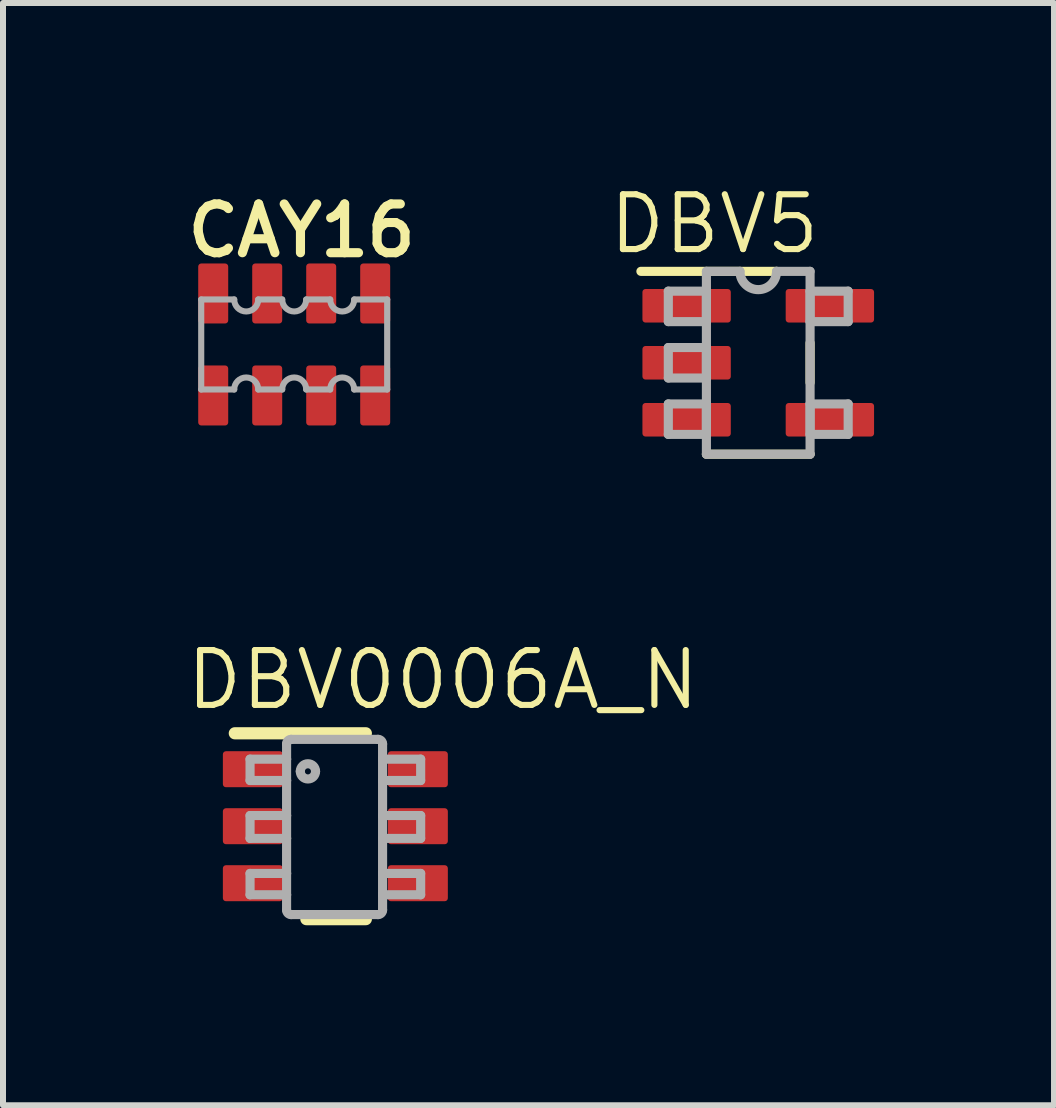
<source format=kicad_pcb>
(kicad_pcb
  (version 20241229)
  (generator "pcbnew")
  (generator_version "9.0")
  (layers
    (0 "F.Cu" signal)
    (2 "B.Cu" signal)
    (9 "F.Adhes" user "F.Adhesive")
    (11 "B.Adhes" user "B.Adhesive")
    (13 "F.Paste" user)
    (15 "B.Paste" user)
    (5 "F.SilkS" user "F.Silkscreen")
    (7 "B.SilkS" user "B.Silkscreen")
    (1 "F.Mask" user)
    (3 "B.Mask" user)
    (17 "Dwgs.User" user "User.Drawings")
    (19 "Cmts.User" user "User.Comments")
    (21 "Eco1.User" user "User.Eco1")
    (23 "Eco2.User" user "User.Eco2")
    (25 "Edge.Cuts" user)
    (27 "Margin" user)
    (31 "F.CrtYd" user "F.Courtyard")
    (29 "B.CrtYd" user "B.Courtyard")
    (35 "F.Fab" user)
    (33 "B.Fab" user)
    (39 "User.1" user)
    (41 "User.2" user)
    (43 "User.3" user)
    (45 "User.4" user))
  (footprint "DBV0006A_N"
    (layer "F.Cu")
    (at 2.54 10.722)
    (property "Reference" "DBV0006A_N" (at -2.54 -1.905 0) (layer "F.SilkS") (effects (font (size 0.914 0.914) (thickness 0.102)) (justify left bottom)))
    (fp_line (start -1.676 -1.549) (end 0.508 -1.549) (stroke (width 0.203) (type solid)) (layer "F.SilkS"))
    (fp_line (start -0.483 1.549) (end 0.508 1.549) (stroke (width 0.203) (type solid)) (layer "F.SilkS"))
    (fp_line (start -1.422 -1.118) (end -0.813 -1.118) (stroke (width 0.152) (type solid)) (layer "F.Fab"))
    (fp_line (start -1.422 -0.762) (end -1.422 -1.118) (stroke (width 0.152) (type solid)) (layer "F.Fab"))
    (fp_line (start -1.422 -0.762) (end -0.813 -0.762) (stroke (width 0.152) (type solid)) (layer "F.Fab"))
    (fp_line (start -1.422 -0.178) (end -0.813 -0.178) (stroke (width 0.152) (type solid)) (layer "F.Fab"))
    (fp_line (start -1.422 0.203) (end -1.422 -0.178) (stroke (width 0.152) (type solid)) (layer "F.Fab"))
    (fp_line (start -1.422 0.203) (end -0.813 0.203) (stroke (width 0.152) (type solid)) (layer "F.Fab"))
    (fp_line (start -1.422 0.787) (end -0.813 0.787) (stroke (width 0.152) (type solid)) (layer "F.Fab"))
    (fp_line (start -1.422 1.143) (end -1.422 0.787) (stroke (width 0.152) (type solid)) (layer "F.Fab"))
    (fp_line (start -1.422 1.143) (end -0.813 1.143) (stroke (width 0.152) (type solid)) (layer "F.Fab"))
    (fp_line (start -0.813 -1.118) (end -0.813 -1.372) (stroke (width 0.152) (type solid)) (layer "F.Fab"))
    (fp_line (start -0.813 -0.762) (end -0.813 -1.118) (stroke (width 0.152) (type solid)) (layer "F.Fab"))
    (fp_line (start -0.813 -0.178) (end -0.813 -0.762) (stroke (width 0.152) (type solid)) (layer "F.Fab"))
    (fp_line (start -0.813 0.203) (end -0.813 -0.178) (stroke (width 0.152) (type solid)) (layer "F.Fab"))
    (fp_line (start -0.813 0.787) (end -0.813 0.203) (stroke (width 0.152) (type solid)) (layer "F.Fab"))
    (fp_line (start -0.813 1.143) (end -0.813 0.787) (stroke (width 0.152) (type solid)) (layer "F.Fab"))
    (fp_line (start -0.813 1.397) (end -0.813 1.143) (stroke (width 0.152) (type solid)) (layer "F.Fab"))
    (fp_line (start -0.737 -1.448) (end 0.711 -1.448) (stroke (width 0.152) (type solid)) (layer "F.Fab"))
    (fp_line (start -0.737 1.473) (end 0.711 1.473) (stroke (width 0.152) (type solid)) (layer "F.Fab"))
    (fp_line (start 0.787 -1.118) (end 0.787 -1.372) (stroke (width 0.152) (type solid)) (layer "F.Fab"))
    (fp_line (start 0.787 -1.118) (end 1.422 -1.118) (stroke (width 0.152) (type solid)) (layer "F.Fab"))
    (fp_line (start 0.787 -0.762) (end 0.787 -1.118) (stroke (width 0.152) (type solid)) (layer "F.Fab"))
    (fp_line (start 0.787 -0.762) (end 1.422 -0.762) (stroke (width 0.152) (type solid)) (layer "F.Fab"))
    (fp_line (start 0.787 -0.178) (end 0.787 -0.762) (stroke (width 0.152) (type solid)) (layer "F.Fab"))
    (fp_line (start 0.787 -0.178) (end 1.422 -0.178) (stroke (width 0.152) (type solid)) (layer "F.Fab"))
    (fp_line (start 0.787 0.203) (end 0.787 -0.178) (stroke (width 0.152) (type solid)) (layer "F.Fab"))
    (fp_line (start 0.787 0.203) (end 1.422 0.203) (stroke (width 0.152) (type solid)) (layer "F.Fab"))
    (fp_line (start 0.787 0.787) (end 0.787 0.203) (stroke (width 0.152) (type solid)) (layer "F.Fab"))
    (fp_line (start 0.787 0.787) (end 1.422 0.787) (stroke (width 0.152) (type solid)) (layer "F.Fab"))
    (fp_line (start 0.787 1.143) (end 0.787 0.787) (stroke (width 0.152) (type solid)) (layer "F.Fab"))
    (fp_line (start 0.787 1.143) (end 1.422 1.143) (stroke (width 0.152) (type solid)) (layer "F.Fab"))
    (fp_line (start 0.787 1.397) (end 0.787 1.143) (stroke (width 0.152) (type solid)) (layer "F.Fab"))
    (fp_line (start 1.422 -0.762) (end 1.422 -1.118) (stroke (width 0.152) (type solid)) (layer "F.Fab"))
    (fp_line (start 1.422 0.203) (end 1.422 -0.178) (stroke (width 0.152) (type solid)) (layer "F.Fab"))
    (fp_line (start 1.422 1.143) (end 1.422 0.787) (stroke (width 0.152) (type solid)) (layer "F.Fab"))
    (fp_arc (start -0.8128 -1.3716) (mid -0.790287 -1.425287) (end -0.7366 -1.4478) (stroke (width 0.1524) (type solid)) (layer "F.Fab"))
    (fp_arc (start -0.7366 1.4732) (mid -0.790287 1.450687) (end -0.8128 1.397) (stroke (width 0.1524) (type solid)) (layer "F.Fab"))
    (fp_arc (start -0.5842 -0.9144) (mid -0.4572 -1.0414) (end -0.3302 -0.9144) (stroke (width 0.1524) (type solid)) (layer "F.Fab"))
    (fp_arc (start -0.3302 -0.9144) (mid -0.4572 -0.7874) (end -0.5842 -0.9144) (stroke (width 0.1524) (type solid)) (layer "F.Fab"))
    (fp_arc (start 0.7112 -1.4478) (mid 0.764887 -1.425287) (end 0.7874 -1.3716) (stroke (width 0.1524) (type solid)) (layer "F.Fab"))
    (fp_arc (start 0.7874 1.397) (mid 0.764887 1.450687) (end 0.7112 1.4732) (stroke (width 0.1524) (type solid)) (layer "F.Fab"))
    (pad "1" smd roundrect (at -1.375 -0.95 90) (size 0.6 1) (layers "F.Cu" "F.Mask" "F.Paste") (roundrect_rratio 0.085))
    (pad "2" smd roundrect (at -1.375 0 90) (size 0.6 1) (layers "F.Cu" "F.Mask" "F.Paste") (roundrect_rratio 0.085))
    (pad "3" smd roundrect (at -1.375 0.95 90) (size 0.6 1) (layers "F.Cu" "F.Mask" "F.Paste") (roundrect_rratio 0.085))
    (pad "4" smd roundrect (at 1.375 0.95 90) (size 0.6 1) (layers "F.Cu" "F.Mask" "F.Paste") (roundrect_rratio 0.085))
    (pad "5" smd roundrect (at 1.375 0 90) (size 0.6 1) (layers "F.Cu" "F.Mask" "F.Paste") (roundrect_rratio 0.085))
    (pad "6" smd roundrect (at 1.375 -0.95 90) (size 0.6 1) (layers "F.Cu" "F.Mask" "F.Paste") (roundrect_rratio 0.085)))
  (footprint "DBV5"
    (layer "F.Cu")
    (at 9.589 2.997)
    (property "Reference" "DBV5" (at -2.54 -1.778 0) (layer "F.SilkS") (effects (font (size 0.914 0.914) (thickness 0.102)) (justify left bottom)))
    (fp_line (start -0.864 1.524) (end 0.864 1.524) (stroke (width 0.152) (type solid)) (layer "F.SilkS"))
    (fp_line (start 0.305 -1.524) (end -1.956 -1.524) (stroke (width 0.152) (type solid)) (layer "F.SilkS"))
    (fp_line (start 0.864 0.33) (end 0.864 -0.33) (stroke (width 0.152) (type solid)) (layer "F.SilkS"))
    (fp_line (start -1.499 -1.194) (end -1.499 -0.686) (stroke (width 0.152) (type solid)) (layer "F.Fab"))
    (fp_line (start -1.499 -0.686) (end -0.864 -0.686) (stroke (width 0.152) (type solid)) (layer "F.Fab"))
    (fp_line (start -1.499 -0.254) (end -1.499 0.254) (stroke (width 0.152) (type solid)) (layer "F.Fab"))
    (fp_line (start -1.499 0.254) (end -0.864 0.254) (stroke (width 0.152) (type solid)) (layer "F.Fab"))
    (fp_line (start -1.499 0.686) (end -1.499 1.194) (stroke (width 0.152) (type solid)) (layer "F.Fab"))
    (fp_line (start -1.499 1.194) (end -0.864 1.194) (stroke (width 0.152) (type solid)) (layer "F.Fab"))
    (fp_line (start -0.864 -1.524) (end -0.864 1.524) (stroke (width 0.152) (type solid)) (layer "F.Fab"))
    (fp_line (start -0.864 -1.194) (end -1.499 -1.194) (stroke (width 0.152) (type solid)) (layer "F.Fab"))
    (fp_line (start -0.864 -0.686) (end -0.864 -1.194) (stroke (width 0.152) (type solid)) (layer "F.Fab"))
    (fp_line (start -0.864 -0.254) (end -1.499 -0.254) (stroke (width 0.152) (type solid)) (layer "F.Fab"))
    (fp_line (start -0.864 0.254) (end -0.864 -0.254) (stroke (width 0.152) (type solid)) (layer "F.Fab"))
    (fp_line (start -0.864 0.686) (end -1.499 0.686) (stroke (width 0.152) (type solid)) (layer "F.Fab"))
    (fp_line (start -0.864 1.194) (end -0.864 0.686) (stroke (width 0.152) (type solid)) (layer "F.Fab"))
    (fp_line (start -0.864 1.524) (end 0.864 1.524) (stroke (width 0.152) (type solid)) (layer "F.Fab"))
    (fp_line (start -0.305 -1.524) (end -0.864 -1.524) (stroke (width 0.152) (type solid)) (layer "F.Fab"))
    (fp_line (start 0.305 -1.524) (end 0.864 -1.524) (stroke (width 0.152) (type solid)) (layer "F.Fab"))
    (fp_line (start 0.864 -1.194) (end 0.864 -0.686) (stroke (width 0.152) (type solid)) (layer "F.Fab"))
    (fp_line (start 0.864 -0.686) (end 1.499 -0.686) (stroke (width 0.152) (type solid)) (layer "F.Fab"))
    (fp_line (start 0.864 0.686) (end 0.864 1.194) (stroke (width 0.152) (type solid)) (layer "F.Fab"))
    (fp_line (start 0.864 1.194) (end 1.499 1.194) (stroke (width 0.152) (type solid)) (layer "F.Fab"))
    (fp_line (start 0.864 1.524) (end 0.864 -1.524) (stroke (width 0.152) (type solid)) (layer "F.Fab"))
    (fp_line (start 1.499 -1.194) (end 0.864 -1.194) (stroke (width 0.152) (type solid)) (layer "F.Fab"))
    (fp_line (start 1.499 -0.686) (end 1.499 -1.194) (stroke (width 0.152) (type solid)) (layer "F.Fab"))
    (fp_line (start 1.499 0.686) (end 0.864 0.686) (stroke (width 0.152) (type solid)) (layer "F.Fab"))
    (fp_line (start 1.499 1.194) (end 1.499 0.686) (stroke (width 0.152) (type solid)) (layer "F.Fab"))
    (fp_arc (start 0.3048 -1.524) (mid 0 -1.2192) (end -0.3048 -1.524) (stroke (width 0.1524) (type solid)) (layer "F.Fab"))
    (pad "1" smd roundrect (at -1.194 -0.95) (size 1.473 0.559) (layers "F.Cu" "F.Mask" "F.Paste") (roundrect_rratio 0.091))
    (pad "2" smd roundrect (at -1.194 0) (size 1.473 0.559) (layers "F.Cu" "F.Mask" "F.Paste") (roundrect_rratio 0.091))
    (pad "3" smd roundrect (at -1.194 0.95) (size 1.473 0.559) (layers "F.Cu" "F.Mask" "F.Paste") (roundrect_rratio 0.091))
    (pad "4" smd roundrect (at 1.194 0.95) (size 1.473 0.559) (layers "F.Cu" "F.Mask" "F.Paste") (roundrect_rratio 0.091))
    (pad "5" smd roundrect (at 1.194 -0.95) (size 1.473 0.559) (layers "F.Cu" "F.Mask" "F.Paste") (roundrect_rratio 0.091)))
  (footprint "CAY16"
    (layer "F.Cu")
    (at 1.854 2.692)
    (property "Reference" "CAY16" (at -1.854 -1.422 0) (layer "F.SilkS") (effects (font (size 0.813 0.813) (thickness 0.152) (bold yes)) (justify left bottom)))
    (attr smd)
    (fp_line (start -1.55 -0.75) (end -1 -0.75) (stroke (width 0.102) (type solid)) (layer "F.Fab"))
    (fp_line (start -1.55 0.75) (end -1.55 -0.75) (stroke (width 0.102) (type solid)) (layer "F.Fab"))
    (fp_line (start -1 0.75) (end -1.55 0.75) (stroke (width 0.102) (type solid)) (layer "F.Fab"))
    (fp_line (start -0.6 -0.75) (end -0.2 -0.75) (stroke (width 0.102) (type solid)) (layer "F.Fab"))
    (fp_line (start -0.2 0.75) (end -0.6 0.75) (stroke (width 0.102) (type solid)) (layer "F.Fab"))
    (fp_line (start 0.2 -0.75) (end 0.6 -0.75) (stroke (width 0.102) (type solid)) (layer "F.Fab"))
    (fp_line (start 0.6 0.75) (end 0.2 0.75) (stroke (width 0.102) (type solid)) (layer "F.Fab"))
    (fp_line (start 1 -0.75) (end 1.55 -0.75) (stroke (width 0.102) (type solid)) (layer "F.Fab"))
    (fp_line (start 1.55 -0.75) (end 1.55 0.75) (stroke (width 0.102) (type solid)) (layer "F.Fab"))
    (fp_line (start 1.55 0.75) (end 1 0.75) (stroke (width 0.102) (type solid)) (layer "F.Fab"))
    (fp_arc (start -1 0.75) (mid -0.8 0.55) (end -0.6 0.75) (stroke (width 0.1016) (type solid)) (layer "F.Fab"))
    (fp_arc (start -0.6 -0.75) (mid -0.8 -0.55) (end -1 -0.75) (stroke (width 0.1016) (type solid)) (layer "F.Fab"))
    (fp_arc (start -0.2 0.75) (mid 0 0.55) (end 0.2 0.75) (stroke (width 0.1016) (type solid)) (layer "F.Fab"))
    (fp_arc (start 0.2 -0.75) (mid 0 -0.55) (end -0.2 -0.75) (stroke (width 0.1016) (type solid)) (layer "F.Fab"))
    (fp_arc (start 0.6 0.75) (mid 0.8 0.55) (end 1 0.75) (stroke (width 0.1016) (type solid)) (layer "F.Fab"))
    (fp_arc (start 1 -0.75) (mid 0.8 -0.55) (end 0.6 -0.75) (stroke (width 0.1016) (type solid)) (layer "F.Fab"))
    (pad "1" smd roundrect (at -1.35 0.85) (size 0.5 1) (layers "F.Cu" "F.Mask" "F.Paste") (roundrect_rratio 0.102))
    (pad "2" smd roundrect (at -0.45 0.85) (size 0.5 1) (layers "F.Cu" "F.Mask" "F.Paste") (roundrect_rratio 0.102))
    (pad "3" smd roundrect (at 0.45 0.85) (size 0.5 1) (layers "F.Cu" "F.Mask" "F.Paste") (roundrect_rratio 0.102))
    (pad "4" smd roundrect (at 1.35 0.85) (size 0.5 1) (layers "F.Cu" "F.Mask" "F.Paste") (roundrect_rratio 0.102))
    (pad "5" smd roundrect (at 1.35 -0.85) (size 0.5 1) (layers "F.Cu" "F.Mask" "F.Paste") (roundrect_rratio 0.102))
    (pad "6" smd roundrect (at 0.45 -0.85) (size 0.5 1) (layers "F.Cu" "F.Mask" "F.Paste") (roundrect_rratio 0.102))
    (pad "7" smd roundrect (at -0.45 -0.85) (size 0.5 1) (layers "F.Cu" "F.Mask" "F.Paste") (roundrect_rratio 0.102))
    (pad "8" smd roundrect (at -1.35 -0.85) (size 0.5 1) (layers "F.Cu" "F.Mask" "F.Paste") (roundrect_rratio 0.102)))
  (gr_rect
    (start -3 -3)
    (end 14.519 15.373)
    (stroke (width 0.1) (type default))
    (fill no)
    (layer "Edge.Cuts")))
</source>
